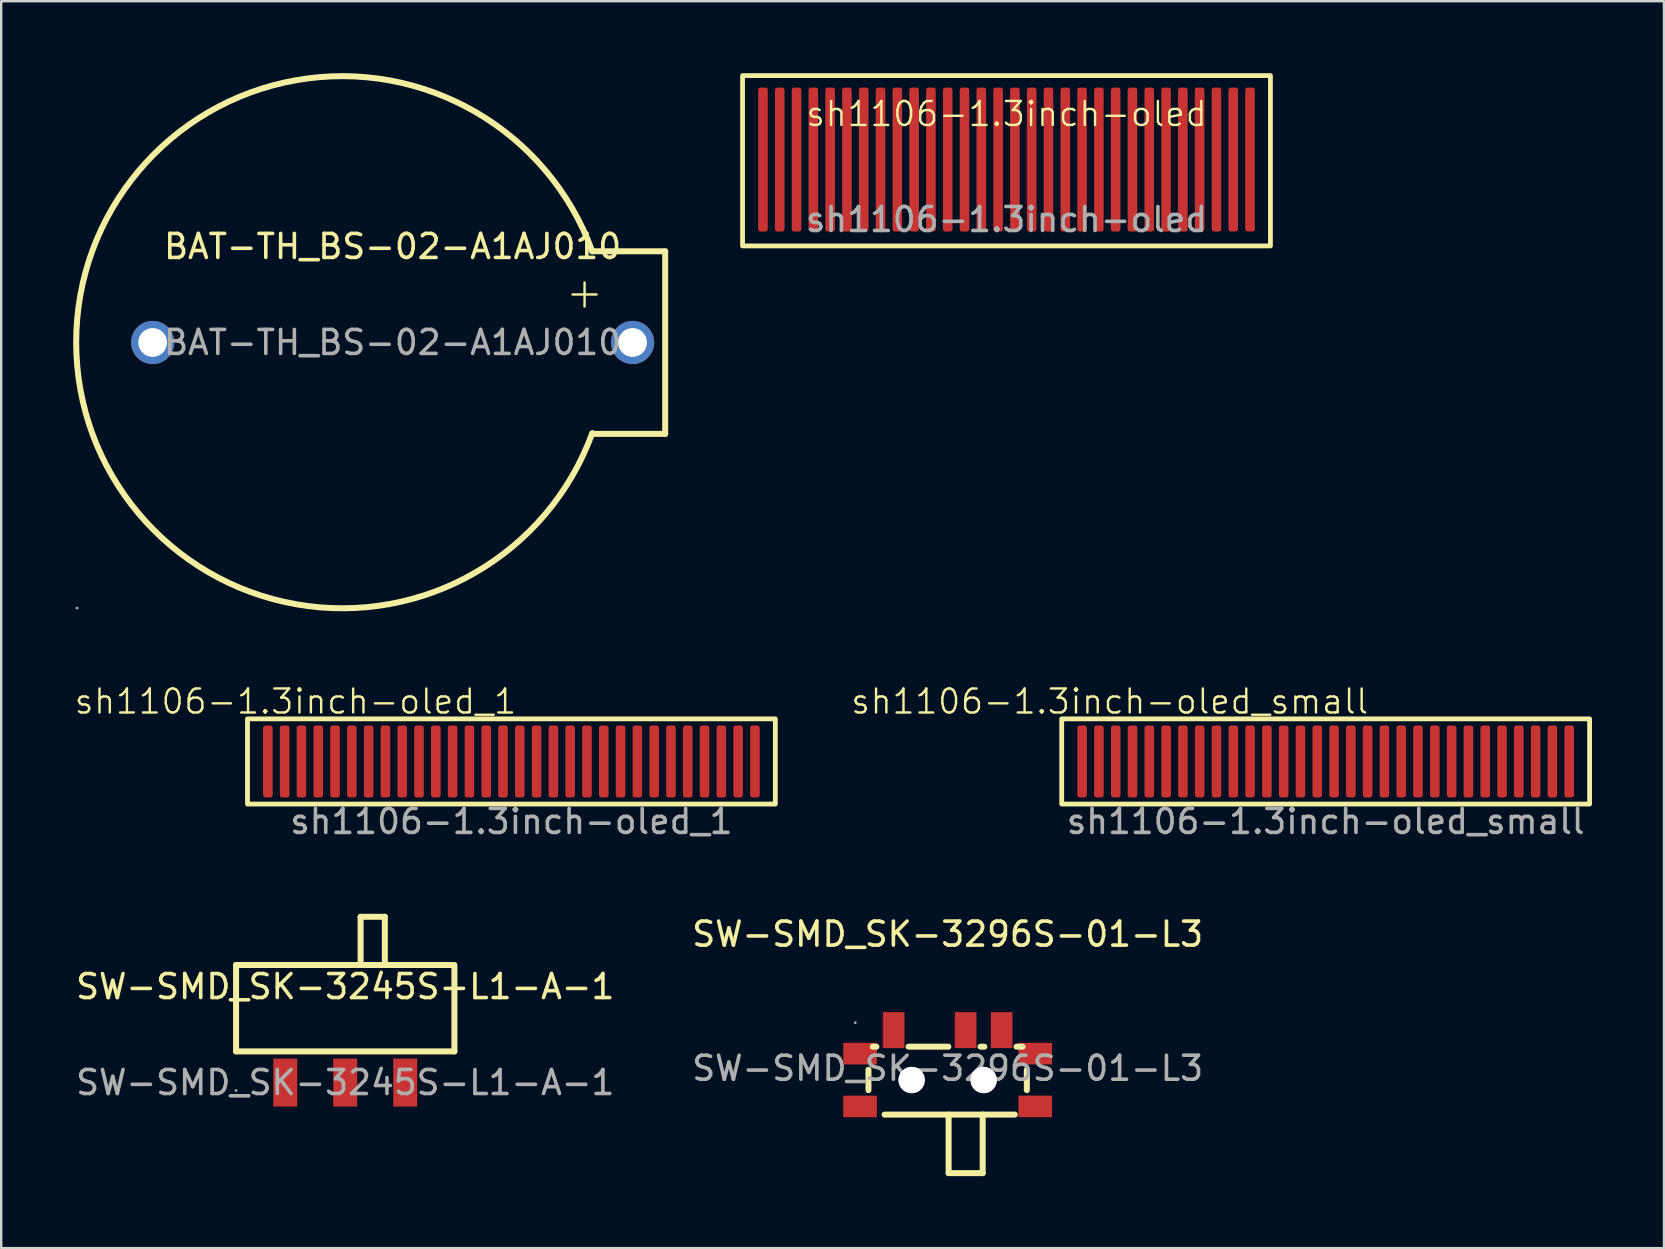
<source format=kicad_pcb>
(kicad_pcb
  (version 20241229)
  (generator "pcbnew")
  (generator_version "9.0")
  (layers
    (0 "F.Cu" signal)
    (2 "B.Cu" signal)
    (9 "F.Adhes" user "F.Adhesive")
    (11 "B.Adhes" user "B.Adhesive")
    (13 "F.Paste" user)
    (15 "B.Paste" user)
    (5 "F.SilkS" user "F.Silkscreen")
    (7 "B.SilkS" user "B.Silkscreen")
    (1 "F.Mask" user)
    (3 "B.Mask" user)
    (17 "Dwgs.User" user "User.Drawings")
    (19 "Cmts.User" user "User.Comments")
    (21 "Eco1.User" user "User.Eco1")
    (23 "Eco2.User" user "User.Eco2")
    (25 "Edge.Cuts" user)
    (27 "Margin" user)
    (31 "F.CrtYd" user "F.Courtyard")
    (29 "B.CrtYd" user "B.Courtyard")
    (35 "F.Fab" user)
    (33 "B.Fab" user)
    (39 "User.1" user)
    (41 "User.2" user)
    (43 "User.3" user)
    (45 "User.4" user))
  (footprint "BAT-TH_BS-02-A1AJ010"
    (layer "F.Cu")
    (at 13.313 11.223)
    (property "Reference" "BAT-TH_BS-02-A1AJ010" (at 0 -4 0) (layer "F.SilkS") (effects (font (size 1 1) (thickness 0.15))))
    (attr through_hole)
    (fp_line (start 7.5 -2) (end 8.5 -2) (stroke (width 0.1) (type default)) (layer "F.SilkS"))
    (fp_line (start 8 -2.5) (end 8 -1.5) (stroke (width 0.1) (type default)) (layer "F.SilkS"))
    (fp_line (start 8.32 -3.8) (end 11.36 -3.8) (stroke (width 0.25) (type solid)) (layer "F.SilkS"))
    (fp_line (start 11.36 -3.8) (end 11.36 3.81) (stroke (width 0.25) (type solid)) (layer "F.SilkS"))
    (fp_line (start 11.36 3.81) (end 8.31 3.81) (stroke (width 0.25) (type solid)) (layer "F.SilkS"))
    (fp_arc (start 8.32 3.78) (mid -13.187854 -0.010488) (end 8.320334 -3.799083) (stroke (width 0.25) (type solid)) (layer "F.SilkS"))
    (fp_circle (center -13.15 11.07) (end -13.12 11.07) (stroke (width 0.06) (type solid)) (fill no) (layer "F.Fab"))
    (fp_text user "${REFERENCE}" (at 0 0 0) (layer "F.Fab") (effects (font (size 1 1) (thickness 0.15))))
    (pad "1" thru_hole circle (at 10 0) (size 1.8 1.8) (drill 1.2) (layers "*.Cu" "*.Mask"))
    (pad "2" thru_hole circle (at -10 0) (size 1.8 1.8) (drill 1.2) (layers "*.Cu" "*.Mask")))
  (footprint "SW-SMD_SK-3296S-01-L3"
    (layer "F.Cu")
    (at 36.446 41.473)
    (property "Reference" "SW-SMD_SK-3296S-01-L3" (at 0 -5.59 0) (layer "F.SilkS") (effects (font (size 1 1) (thickness 0.15))))
    (attr smd)
    (fp_line (start -3.3 0.06) (end -3.3 0.91) (stroke (width 0.25) (type solid)) (layer "F.SilkS"))
    (fp_line (start -2.97 -0.9) (end -3.12 -0.9) (stroke (width 0.25) (type solid)) (layer "F.SilkS"))
    (fp_line (start -2.63 1.93) (end 2.8 1.93) (stroke (width 0.25) (type solid)) (layer "F.SilkS"))
    (fp_line (start 0.03 -0.9) (end -1.63 -0.9) (stroke (width 0.25) (type solid)) (layer "F.SilkS"))
    (fp_line (start 0.04 1.93) (end 0.04 4.37) (stroke (width 0.25) (type solid)) (layer "F.SilkS"))
    (fp_line (start 0.04 4.37) (end 1.46 4.37) (stroke (width 0.25) (type solid)) (layer "F.SilkS"))
    (fp_line (start 1.46 4.37) (end 1.46 1.93) (stroke (width 0.25) (type solid)) (layer "F.SilkS"))
    (fp_line (start 1.53 -0.9) (end 1.37 -0.9) (stroke (width 0.25) (type solid)) (layer "F.SilkS"))
    (fp_line (start 3.12 -0.9) (end 2.87 -0.9) (stroke (width 0.25) (type solid)) (layer "F.SilkS"))
    (fp_line (start 3.3 0.91) (end 3.3 0.06) (stroke (width 0.25) (type solid)) (layer "F.SilkS"))
    (fp_circle (center -1.5 0.49) (end -1.31 0.49) (stroke (width 0.38) (type solid)) (fill no) (layer "Cmts.User"))
    (fp_circle (center 1.5 0.49) (end 1.69 0.49) (stroke (width 0.38) (type solid)) (fill no) (layer "Cmts.User"))
    (fp_circle (center -3.85 -1.9) (end -3.82 -1.9) (stroke (width 0.06) (type solid)) (fill no) (layer "F.Fab"))
    (fp_text user "${REFERENCE}" (at 0 0 0) (layer "F.Fab") (effects (font (size 1 1) (thickness 0.15))))
    (pad "" thru_hole circle (at -1.5 0.49) (size 1.1 1.1) (drill 1.1) (layers "*.Cu" "*.Mask"))
    (pad "" thru_hole circle (at 1.5 0.49) (size 1.1 1.1) (drill 1.1) (layers "*.Cu" "*.Mask"))
    (pad "1" smd rect (at -2.25 -1.59 180) (size 0.9 1.5) (layers "F.Cu" "F.Mask" "F.Paste"))
    (pad "2" smd rect (at 0.75 -1.59 180) (size 0.9 1.5) (layers "F.Cu" "F.Mask" "F.Paste"))
    (pad "3" smd rect (at 2.25 -1.59 180) (size 0.9 1.5) (layers "F.Cu" "F.Mask" "F.Paste"))
    (pad "MP" smd rect (at -3.65 -0.61 180) (size 1.4 0.9) (layers "F.Cu" "F.Mask" "F.Paste"))
    (pad "MP" smd rect (at -3.65 1.59 180) (size 1.4 0.9) (layers "F.Cu" "F.Mask" "F.Paste"))
    (pad "MP" smd rect (at 3.65 -0.61 180) (size 1.4 0.9) (layers "F.Cu" "F.Mask" "F.Paste"))
    (pad "MP" smd rect (at 3.65 1.59 180) (size 1.4 0.9) (layers "F.Cu" "F.Mask" "F.Paste")))
  (footprint "sh1106-1.3inch-oled"
    (layer "F.Cu")
    (at 38.898 3.6)
    (property "Reference" "sh1106-1.3inch-oled" (at 0 -1.9 0) (unlocked yes) (layer "F.SilkS") (effects (font (size 1 1) (thickness 0.1))))
    (attr smd)
    (fp_rect (start -11 -3.5) (end 11 3.6) (stroke (width 0.2) (type default)) (fill no) (layer "F.SilkS"))
    (fp_text user "${REFERENCE}" (at 0 2.5 0) (unlocked yes) (layer "F.Fab") (effects (font (size 1 1) (thickness 0.15))))
    (pad "1" smd roundrect (at -10.15 0 90) (size 6 0.4) (layers "F.Cu" "F.Mask" "F.Paste") (roundrect_rratio 0.25))
    (pad "2" smd roundrect (at -9.45 0 90) (size 6 0.4) (layers "F.Cu" "F.Mask" "F.Paste") (roundrect_rratio 0.25))
    (pad "3" smd roundrect (at -8.75 0 90) (size 6 0.4) (layers "F.Cu" "F.Mask" "F.Paste") (roundrect_rratio 0.25))
    (pad "4" smd roundrect (at -8.05 0 90) (size 6 0.4) (layers "F.Cu" "F.Mask" "F.Paste") (roundrect_rratio 0.25))
    (pad "5" smd roundrect (at -7.35 0 90) (size 6 0.4) (layers "F.Cu" "F.Mask" "F.Paste") (roundrect_rratio 0.25))
    (pad "6" smd roundrect (at -6.65 0 90) (size 6 0.4) (layers "F.Cu" "F.Mask" "F.Paste") (roundrect_rratio 0.25))
    (pad "7" smd roundrect (at -5.95 0 90) (size 6 0.4) (layers "F.Cu" "F.Mask" "F.Paste") (roundrect_rratio 0.25))
    (pad "8" smd roundrect (at -5.25 0 90) (size 6 0.4) (layers "F.Cu" "F.Mask" "F.Paste") (roundrect_rratio 0.25))
    (pad "9" smd roundrect (at -4.55 0 90) (size 6 0.4) (layers "F.Cu" "F.Mask" "F.Paste") (roundrect_rratio 0.25))
    (pad "10" smd roundrect (at -3.85 0 90) (size 6 0.4) (layers "F.Cu" "F.Mask" "F.Paste") (roundrect_rratio 0.25))
    (pad "11" smd roundrect (at -3.15 0 90) (size 6 0.4) (layers "F.Cu" "F.Mask" "F.Paste") (roundrect_rratio 0.25))
    (pad "12" smd roundrect (at -2.45 0 90) (size 6 0.4) (layers "F.Cu" "F.Mask" "F.Paste") (roundrect_rratio 0.25))
    (pad "13" smd roundrect (at -1.75 0 90) (size 6 0.4) (layers "F.Cu" "F.Mask" "F.Paste") (roundrect_rratio 0.25))
    (pad "14" smd roundrect (at -1.05 0 90) (size 6 0.4) (layers "F.Cu" "F.Mask" "F.Paste") (roundrect_rratio 0.25))
    (pad "15" smd roundrect (at -0.35 0 90) (size 6 0.4) (layers "F.Cu" "F.Mask" "F.Paste") (roundrect_rratio 0.25))
    (pad "16" smd roundrect (at 0.35 0 90) (size 6 0.4) (layers "F.Cu" "F.Mask" "F.Paste") (roundrect_rratio 0.25))
    (pad "17" smd roundrect (at 1.05 0 90) (size 6 0.4) (layers "F.Cu" "F.Mask" "F.Paste") (roundrect_rratio 0.25))
    (pad "18" smd roundrect (at 1.75 0 90) (size 6 0.4) (layers "F.Cu" "F.Mask" "F.Paste") (roundrect_rratio 0.25))
    (pad "19" smd roundrect (at 2.45 0 90) (size 6 0.4) (layers "F.Cu" "F.Mask" "F.Paste") (roundrect_rratio 0.25))
    (pad "20" smd roundrect (at 3.15 0 90) (size 6 0.4) (layers "F.Cu" "F.Mask" "F.Paste") (roundrect_rratio 0.25))
    (pad "21" smd roundrect (at 3.85 0 90) (size 6 0.4) (layers "F.Cu" "F.Mask" "F.Paste") (roundrect_rratio 0.25))
    (pad "22" smd roundrect (at 4.55 0 90) (size 6 0.4) (layers "F.Cu" "F.Mask" "F.Paste") (roundrect_rratio 0.25))
    (pad "23" smd roundrect (at 5.25 0 90) (size 6 0.4) (layers "F.Cu" "F.Mask" "F.Paste") (roundrect_rratio 0.25))
    (pad "24" smd roundrect (at 5.95 0 90) (size 6 0.4) (layers "F.Cu" "F.Mask" "F.Paste") (roundrect_rratio 0.25))
    (pad "25" smd roundrect (at 6.65 0 90) (size 6 0.4) (layers "F.Cu" "F.Mask" "F.Paste") (roundrect_rratio 0.25))
    (pad "26" smd roundrect (at 7.35 0 90) (size 6 0.4) (layers "F.Cu" "F.Mask" "F.Paste") (roundrect_rratio 0.25))
    (pad "27" smd roundrect (at 8.05 0 90) (size 6 0.4) (layers "F.Cu" "F.Mask" "F.Paste") (roundrect_rratio 0.25))
    (pad "28" smd roundrect (at 8.75 0 90) (size 6 0.4) (layers "F.Cu" "F.Mask" "F.Paste") (roundrect_rratio 0.25))
    (pad "29" smd roundrect (at 9.45 0 90) (size 6 0.4) (layers "F.Cu" "F.Mask" "F.Paste") (roundrect_rratio 0.25))
    (pad "30" smd roundrect (at 10.15 0 90) (size 6 0.4) (layers "F.Cu" "F.Mask" "F.Paste") (roundrect_rratio 0.25)))
  (footprint "sh1106-1.3inch-oled_1"
    (layer "F.Cu")
    (at 18.264 28.686)
    (property "Reference" "sh1106-1.3inch-oled_1" (at -9 -2.5 0) (unlocked yes) (layer "F.SilkS") (effects (font (size 1 1) (thickness 0.1))))
    (attr smd exclude_from_bom)
    (fp_rect (start -11 -1.775) (end 11 1.775) (stroke (width 0.2) (type solid)) (fill no) (layer "F.SilkS"))
    (fp_text user "${REFERENCE}" (at 0 2.5 0) (unlocked yes) (layer "F.Fab") (effects (font (size 1 1) (thickness 0.15))))
    (pad "1" smd roundrect (at -10.15 0 90) (size 3 0.4) (layers "F.Cu" "F.Mask" "F.Paste") (roundrect_rratio 0.25))
    (pad "2" smd roundrect (at -9.45 0 90) (size 3 0.4) (layers "F.Cu" "F.Mask" "F.Paste") (roundrect_rratio 0.25))
    (pad "3" smd roundrect (at -8.75 0 90) (size 3 0.4) (layers "F.Cu" "F.Mask" "F.Paste") (roundrect_rratio 0.25))
    (pad "4" smd roundrect (at -8.05 0 90) (size 3 0.4) (layers "F.Cu" "F.Mask" "F.Paste") (roundrect_rratio 0.25))
    (pad "5" smd roundrect (at -7.35 0 90) (size 3 0.4) (layers "F.Cu" "F.Mask" "F.Paste") (roundrect_rratio 0.25))
    (pad "6" smd roundrect (at -6.65 0 90) (size 3 0.4) (layers "F.Cu" "F.Mask" "F.Paste") (roundrect_rratio 0.25))
    (pad "7" smd roundrect (at -5.95 0 90) (size 3 0.4) (layers "F.Cu" "F.Mask" "F.Paste") (roundrect_rratio 0.25))
    (pad "8" smd roundrect (at -5.25 0 90) (size 3 0.4) (layers "F.Cu" "F.Mask" "F.Paste") (roundrect_rratio 0.25))
    (pad "9" smd roundrect (at -4.55 0 90) (size 3 0.4) (layers "F.Cu" "F.Mask" "F.Paste") (roundrect_rratio 0.25))
    (pad "10" smd roundrect (at -3.85 0 90) (size 3 0.4) (layers "F.Cu" "F.Mask" "F.Paste") (roundrect_rratio 0.25))
    (pad "11" smd roundrect (at -3.15 0 90) (size 3 0.4) (layers "F.Cu" "F.Mask" "F.Paste") (roundrect_rratio 0.25))
    (pad "12" smd roundrect (at -2.45 0 90) (size 3 0.4) (layers "F.Cu" "F.Mask" "F.Paste") (roundrect_rratio 0.25))
    (pad "13" smd roundrect (at -1.75 0 90) (size 3 0.4) (layers "F.Cu" "F.Mask" "F.Paste") (roundrect_rratio 0.25))
    (pad "14" smd roundrect (at -1.05 0 90) (size 3 0.4) (layers "F.Cu" "F.Mask" "F.Paste") (roundrect_rratio 0.25))
    (pad "15" smd roundrect (at -0.35 0 90) (size 3 0.4) (layers "F.Cu" "F.Mask" "F.Paste") (roundrect_rratio 0.25))
    (pad "16" smd roundrect (at 0.35 0 90) (size 3 0.4) (layers "F.Cu" "F.Mask" "F.Paste") (roundrect_rratio 0.25))
    (pad "17" smd roundrect (at 1.05 0 90) (size 3 0.4) (layers "F.Cu" "F.Mask" "F.Paste") (roundrect_rratio 0.25))
    (pad "18" smd roundrect (at 1.75 0 90) (size 3 0.4) (layers "F.Cu" "F.Mask" "F.Paste") (roundrect_rratio 0.25))
    (pad "19" smd roundrect (at 2.45 0 90) (size 3 0.4) (layers "F.Cu" "F.Mask" "F.Paste") (roundrect_rratio 0.25))
    (pad "20" smd roundrect (at 3.15 0 90) (size 3 0.4) (layers "F.Cu" "F.Mask" "F.Paste") (roundrect_rratio 0.25))
    (pad "21" smd roundrect (at 3.85 0 90) (size 3 0.4) (layers "F.Cu" "F.Mask" "F.Paste") (roundrect_rratio 0.25))
    (pad "22" smd roundrect (at 4.55 0 90) (size 3 0.4) (layers "F.Cu" "F.Mask" "F.Paste") (roundrect_rratio 0.25))
    (pad "23" smd roundrect (at 5.25 0 90) (size 3 0.4) (layers "F.Cu" "F.Mask" "F.Paste") (roundrect_rratio 0.25))
    (pad "24" smd roundrect (at 5.95 0 90) (size 3 0.4) (layers "F.Cu" "F.Mask" "F.Paste") (roundrect_rratio 0.25))
    (pad "25" smd roundrect (at 6.65 0 90) (size 3 0.4) (layers "F.Cu" "F.Mask" "F.Paste") (roundrect_rratio 0.25))
    (pad "26" smd roundrect (at 7.35 0 90) (size 3 0.4) (layers "F.Cu" "F.Mask" "F.Paste") (roundrect_rratio 0.25))
    (pad "27" smd roundrect (at 8.05 0 90) (size 3 0.4) (layers "F.Cu" "F.Mask" "F.Paste") (roundrect_rratio 0.25))
    (pad "28" smd roundrect (at 8.75 0 90) (size 3 0.4) (layers "F.Cu" "F.Mask" "F.Paste") (roundrect_rratio 0.25))
    (pad "29" smd roundrect (at 9.45 0 90) (size 3 0.4) (layers "F.Cu" "F.Mask" "F.Paste") (roundrect_rratio 0.25))
    (pad "30" smd roundrect (at 10.15 0 90) (size 3 0.4) (layers "F.Cu" "F.Mask" "F.Paste") (roundrect_rratio 0.25)))
  (footprint "SW-SMD_SK-3245S-L1-A-1"
    (layer "F.Cu")
    (at 11.339 42.069)
    (property "Reference" "SW-SMD_SK-3245S-L1-A-1" (at 0 -4 0) (layer "F.SilkS") (effects (font (size 1 1) (thickness 0.15))))
    (attr smd)
    (fp_line (start -4.55 -4.9) (end -4.55 -1.3) (stroke (width 0.25) (type solid)) (layer "F.SilkS"))
    (fp_line (start -4.55 -4.9) (end 4.44 -4.9) (stroke (width 0.25) (type solid)) (layer "F.SilkS"))
    (fp_line (start -4.55 -1.3) (end 4.55 -1.3) (stroke (width 0.25) (type solid)) (layer "F.SilkS"))
    (fp_line (start 0.64 -6.91) (end 1.65 -6.91) (stroke (width 0.25) (type solid)) (layer "F.SilkS"))
    (fp_line (start 0.64 -4.9) (end 0.64 -6.91) (stroke (width 0.25) (type solid)) (layer "F.SilkS"))
    (fp_line (start 1.65 -6.91) (end 1.65 -4.9) (stroke (width 0.25) (type solid)) (layer "F.SilkS"))
    (fp_line (start 4.55 -4.9) (end 4.55 -1.3) (stroke (width 0.25) (type solid)) (layer "F.SilkS"))
    (fp_circle (center -4.55 0.33) (end -4.52 0.33) (stroke (width 0.06) (type solid)) (fill no) (layer "F.Fab"))
    (fp_text user "${REFERENCE}" (at 0 0 0) (layer "F.Fab") (effects (font (size 1 1) (thickness 0.15))))
    (pad "1" smd rect (at -2.5 0) (size 1 2) (layers "F.Cu" "F.Mask" "F.Paste"))
    (pad "2" smd rect (at 0 0) (size 1 2) (layers "F.Cu" "F.Mask" "F.Paste"))
    (pad "3" smd rect (at 2.5 0) (size 1 2) (layers "F.Cu" "F.Mask" "F.Paste")))
  (footprint "sh1106-1.3inch-oled_small"
    (layer "F.Cu")
    (at 52.2 28.686)
    (property "Reference" "sh1106-1.3inch-oled_small" (at -9 -2.5 0) (unlocked yes) (layer "F.SilkS") (effects (font (size 1 1) (thickness 0.1))))
    (attr smd exclude_from_bom)
    (fp_rect (start -11 -1.775) (end 11 1.775) (stroke (width 0.2) (type solid)) (fill no) (layer "F.SilkS"))
    (fp_text user "${REFERENCE}" (at 0 2.5 0) (unlocked yes) (layer "F.Fab") (effects (font (size 1 1) (thickness 0.15))))
    (pad "1" smd roundrect (at -10.15 0 90) (size 3 0.4) (layers "F.Cu" "F.Mask" "F.Paste") (roundrect_rratio 0.25))
    (pad "2" smd roundrect (at -9.45 0 90) (size 3 0.4) (layers "F.Cu" "F.Mask" "F.Paste") (roundrect_rratio 0.25))
    (pad "3" smd roundrect (at -8.75 0 90) (size 3 0.4) (layers "F.Cu" "F.Mask" "F.Paste") (roundrect_rratio 0.25))
    (pad "4" smd roundrect (at -8.05 0 90) (size 3 0.4) (layers "F.Cu" "F.Mask" "F.Paste") (roundrect_rratio 0.25))
    (pad "5" smd roundrect (at -7.35 0 90) (size 3 0.4) (layers "F.Cu" "F.Mask" "F.Paste") (roundrect_rratio 0.25))
    (pad "6" smd roundrect (at -6.65 0 90) (size 3 0.4) (layers "F.Cu" "F.Mask" "F.Paste") (roundrect_rratio 0.25))
    (pad "7" smd roundrect (at -5.95 0 90) (size 3 0.4) (layers "F.Cu" "F.Mask" "F.Paste") (roundrect_rratio 0.25))
    (pad "8" smd roundrect (at -5.25 0 90) (size 3 0.4) (layers "F.Cu" "F.Mask" "F.Paste") (roundrect_rratio 0.25))
    (pad "9" smd roundrect (at -4.55 0 90) (size 3 0.4) (layers "F.Cu" "F.Mask" "F.Paste") (roundrect_rratio 0.25))
    (pad "10" smd roundrect (at -3.85 0 90) (size 3 0.4) (layers "F.Cu" "F.Mask" "F.Paste") (roundrect_rratio 0.25))
    (pad "11" smd roundrect (at -3.15 0 90) (size 3 0.4) (layers "F.Cu" "F.Mask" "F.Paste") (roundrect_rratio 0.25))
    (pad "12" smd roundrect (at -2.45 0 90) (size 3 0.4) (layers "F.Cu" "F.Mask" "F.Paste") (roundrect_rratio 0.25))
    (pad "13" smd roundrect (at -1.75 0 90) (size 3 0.4) (layers "F.Cu" "F.Mask" "F.Paste") (roundrect_rratio 0.25))
    (pad "14" smd roundrect (at -1.05 0 90) (size 3 0.4) (layers "F.Cu" "F.Mask" "F.Paste") (roundrect_rratio 0.25))
    (pad "15" smd roundrect (at -0.35 0 90) (size 3 0.4) (layers "F.Cu" "F.Mask" "F.Paste") (roundrect_rratio 0.25))
    (pad "16" smd roundrect (at 0.35 0 90) (size 3 0.4) (layers "F.Cu" "F.Mask" "F.Paste") (roundrect_rratio 0.25))
    (pad "17" smd roundrect (at 1.05 0 90) (size 3 0.4) (layers "F.Cu" "F.Mask" "F.Paste") (roundrect_rratio 0.25))
    (pad "18" smd roundrect (at 1.75 0 90) (size 3 0.4) (layers "F.Cu" "F.Mask" "F.Paste") (roundrect_rratio 0.25))
    (pad "19" smd roundrect (at 2.45 0 90) (size 3 0.4) (layers "F.Cu" "F.Mask" "F.Paste") (roundrect_rratio 0.25))
    (pad "20" smd roundrect (at 3.15 0 90) (size 3 0.4) (layers "F.Cu" "F.Mask" "F.Paste") (roundrect_rratio 0.25))
    (pad "21" smd roundrect (at 3.85 0 90) (size 3 0.4) (layers "F.Cu" "F.Mask" "F.Paste") (roundrect_rratio 0.25))
    (pad "22" smd roundrect (at 4.55 0 90) (size 3 0.4) (layers "F.Cu" "F.Mask" "F.Paste") (roundrect_rratio 0.25))
    (pad "23" smd roundrect (at 5.25 0 90) (size 3 0.4) (layers "F.Cu" "F.Mask" "F.Paste") (roundrect_rratio 0.25))
    (pad "24" smd roundrect (at 5.95 0 90) (size 3 0.4) (layers "F.Cu" "F.Mask" "F.Paste") (roundrect_rratio 0.25))
    (pad "25" smd roundrect (at 6.65 0 90) (size 3 0.4) (layers "F.Cu" "F.Mask" "F.Paste") (roundrect_rratio 0.25))
    (pad "26" smd roundrect (at 7.35 0 90) (size 3 0.4) (layers "F.Cu" "F.Mask" "F.Paste") (roundrect_rratio 0.25))
    (pad "27" smd roundrect (at 8.05 0 90) (size 3 0.4) (layers "F.Cu" "F.Mask" "F.Paste") (roundrect_rratio 0.25))
    (pad "28" smd roundrect (at 8.75 0 90) (size 3 0.4) (layers "F.Cu" "F.Mask" "F.Paste") (roundrect_rratio 0.25))
    (pad "29" smd roundrect (at 9.45 0 90) (size 3 0.4) (layers "F.Cu" "F.Mask" "F.Paste") (roundrect_rratio 0.25))
    (pad "30" smd roundrect (at 10.15 0 90) (size 3 0.4) (layers "F.Cu" "F.Mask" "F.Paste") (roundrect_rratio 0.25)))
  (gr_rect
    (start -3 -3)
    (end 66.3 48.968)
    (stroke (width 0.1) (type default))
    (fill no)
    (layer "Edge.Cuts")))
</source>
